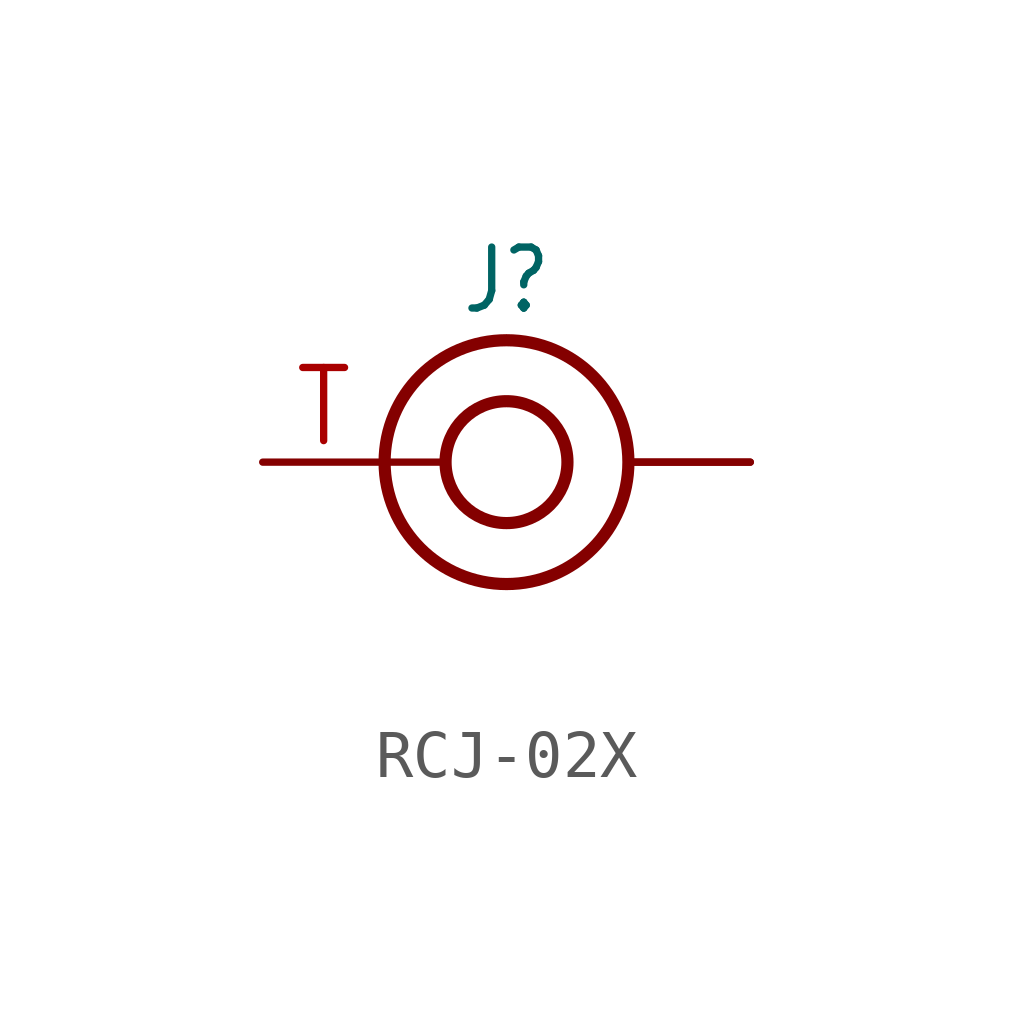
<source format=kicad_sym>
(kicad_symbol_lib
  (version 20241209)
  (generator "kicad_symbol_editor")
  (generator_version "9.0")
  (symbol "RCJ-02X"
    (property "Reference" "J"
      (at 0 3.048 0)
      (effects (font (size 1.27 1.079)) (justify bottom)))
    (property "Value" ""
      (at 0 -4.318 0)
      (effects (font (size 1.27 1.079)) (justify bottom)))
    (property "ki_locked" ""
      (at 0 0 0)
      (effects (font (size 1.27 1.27))))
    (symbol "RCJ-02X_1_0"
      (polyline (pts (xy -1.27 0) (xy -2.54 0)) (stroke (width 0.152) (type solid)) (fill (type none)))
      (circle (center 0 0) (radius 1.27) (stroke (width 0.254) (type solid)) (fill (type none)))
      (circle (center 0 0) (radius 2.54) (stroke (width 0.254) (type solid)) (fill (type none)))
      (pin bidirectional line (at -5.08 0 0) (length 2.54) (name "T" (effects (font (size 0 0)))) (number "T" (effects (font (size 1.524 1.524)))))
      (pin bidirectional line (at 5.08 0 180) (length 2.54) (name "R" (effects (font (size 0 0)))) (number "R1" (effects (font (size 0 0)))))
      (pin bidirectional line (at 5.08 0 180) (length 2.54) (name "R" (effects (font (size 0 0)))) (number "R2" (effects (font (size 0 0))))))))
</source>
